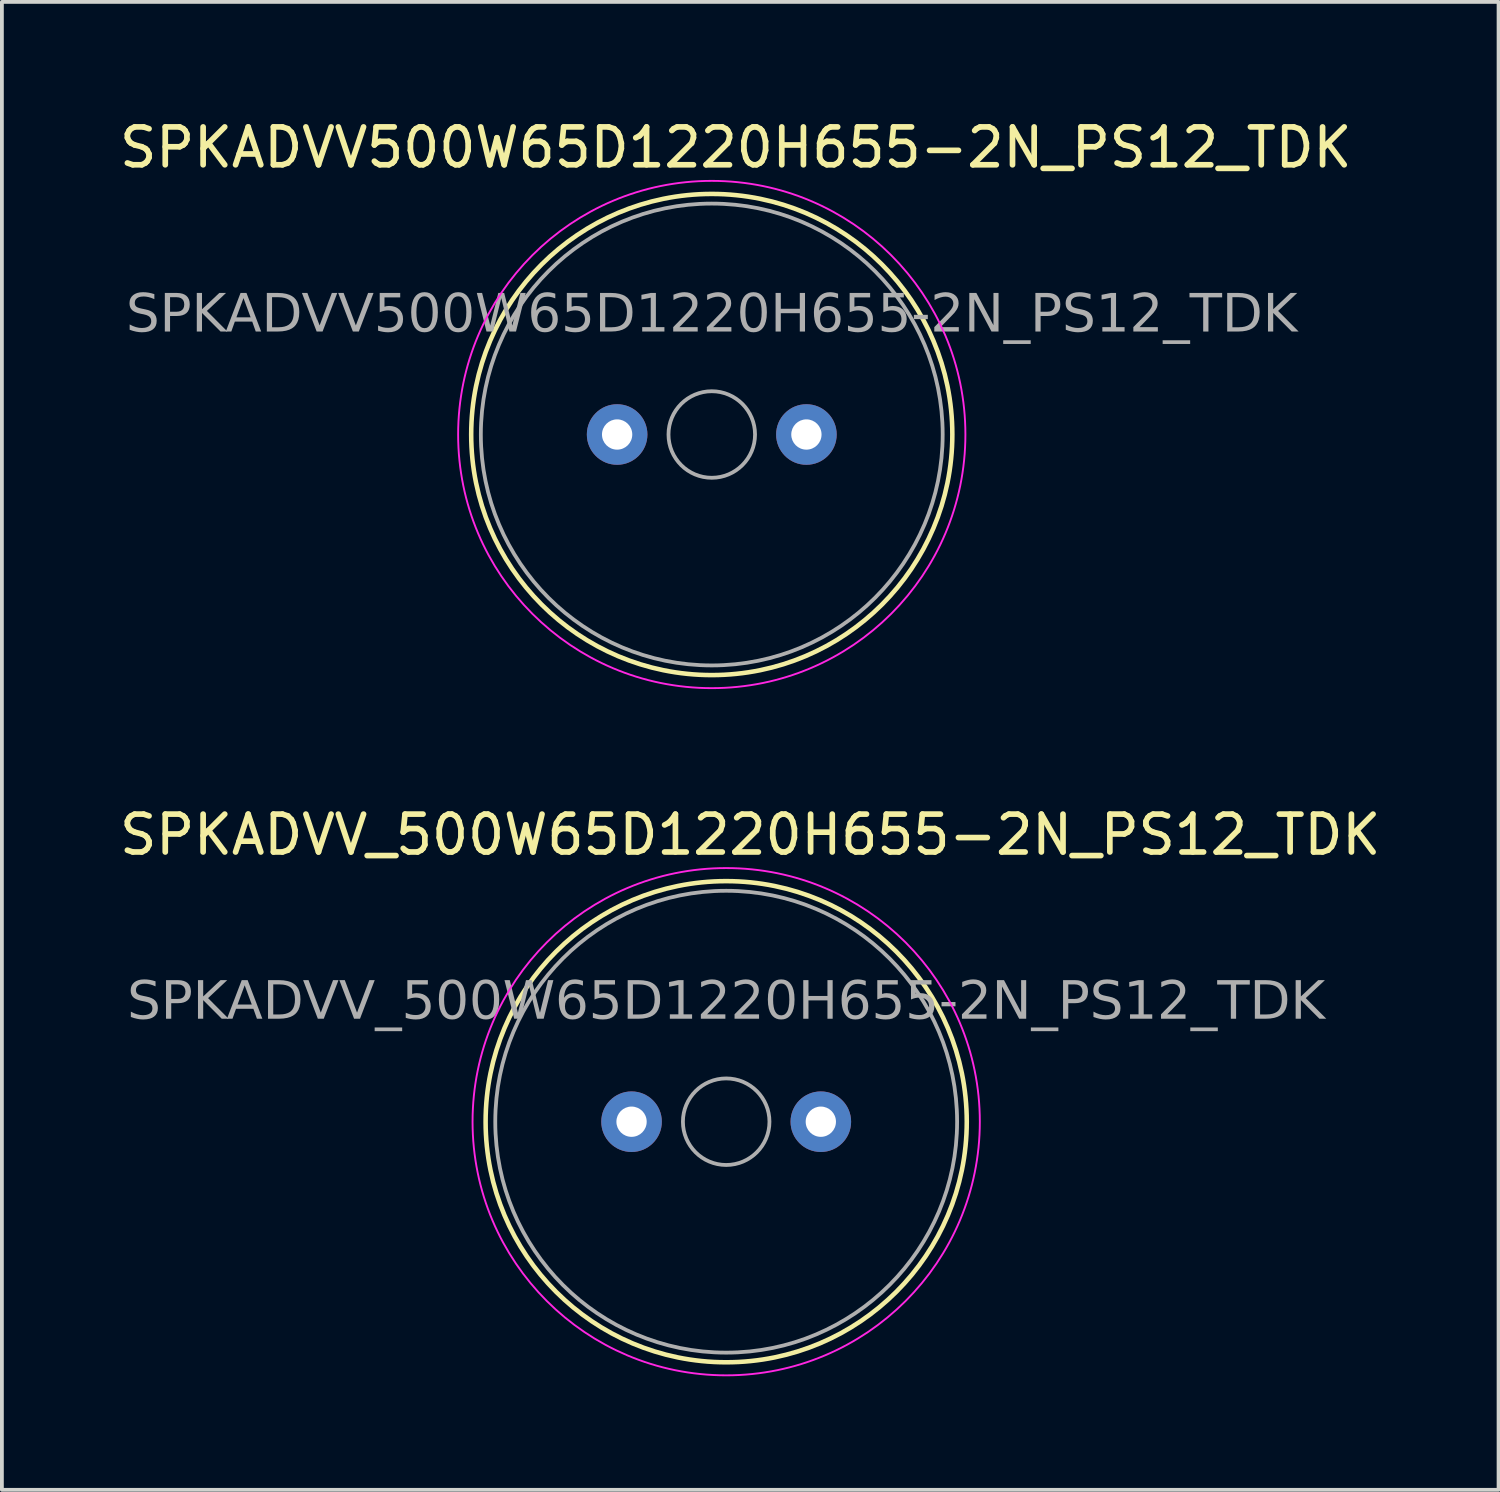
<source format=kicad_pcb>
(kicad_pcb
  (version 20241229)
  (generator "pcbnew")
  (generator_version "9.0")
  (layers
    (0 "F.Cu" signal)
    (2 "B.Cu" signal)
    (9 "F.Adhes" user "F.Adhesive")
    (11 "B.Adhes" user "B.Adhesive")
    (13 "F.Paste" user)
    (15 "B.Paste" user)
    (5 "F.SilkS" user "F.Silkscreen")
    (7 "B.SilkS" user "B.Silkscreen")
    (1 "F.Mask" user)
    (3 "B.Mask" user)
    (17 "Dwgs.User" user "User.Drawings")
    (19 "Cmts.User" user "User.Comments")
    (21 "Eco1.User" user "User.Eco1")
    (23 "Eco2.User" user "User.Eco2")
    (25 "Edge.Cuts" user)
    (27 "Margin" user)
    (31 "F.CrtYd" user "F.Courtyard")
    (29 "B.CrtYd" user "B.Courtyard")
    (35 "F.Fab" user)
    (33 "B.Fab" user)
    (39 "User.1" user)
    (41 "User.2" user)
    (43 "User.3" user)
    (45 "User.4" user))
  (footprint "SPKADVV500W65D1220H655-2N_PS12_TDK"
    (layer "F.Cu")
    (at 15.752 8.428)
    (property "Reference" "SPKADVV500W65D1220H655-2N_PS12_TDK" (at 0.635 -7.58 0) (layer "F.SilkS") (effects (font (size 1 1) (thickness 0.15))))
    (attr through_hole)
    (fp_circle (center 0 0) (end 6.355 0) (stroke (width 0.12) (type solid)) (fill no) (layer "F.SilkS"))
    (fp_circle (center 0 0) (end 6.7 0) (stroke (width 0.05) (type solid)) (fill no) (layer "F.CrtYd"))
    (fp_circle (center 0 0) (end 1.143 0) (stroke (width 0.1) (type solid)) (fill no) (layer "F.Fab"))
    (fp_circle (center 0 0) (end 6.1 0) (stroke (width 0.1) (type solid)) (fill no) (layer "F.Fab"))
    (fp_text user "${REFERENCE}" (at 0 -3.135 0) (layer "F.Fab") (effects (font (face "Tahoma") (size 1 1) (thickness 0.15))))
    (pad "1" thru_hole circle (at -2.5 0) (size 1.6 1.6) (drill 0.8) (layers "*.Cu" "*.Mask"))
    (pad "2" thru_hole circle (at 2.5 0) (size 1.6 1.6) (drill 0.8) (layers "*.Cu" "*.Mask")))
  (footprint "SPKADVV_500W65D1220H655-2N_PS12_TDK"
    (layer "F.Cu")
    (at 16.133 26.581)
    (property "Reference" "SPKADVV_500W65D1220H655-2N_PS12_TDK" (at 0.635 -7.58 0) (layer "F.SilkS") (effects (font (size 1 1) (thickness 0.15))))
    (attr through_hole)
    (fp_circle (center 0 0) (end 6.355 0) (stroke (width 0.12) (type solid)) (fill no) (layer "F.SilkS"))
    (fp_circle (center 0 0) (end 6.7 0) (stroke (width 0.05) (type solid)) (fill no) (layer "F.CrtYd"))
    (fp_circle (center 0 0) (end 1.143 0) (stroke (width 0.1) (type solid)) (fill no) (layer "F.Fab"))
    (fp_circle (center 0 0) (end 6.1 0) (stroke (width 0.1) (type solid)) (fill no) (layer "F.Fab"))
    (fp_text user "${REFERENCE}" (at 0 -3.135 0) (layer "F.Fab") (effects (font (face "Tahoma") (size 1 1) (thickness 0.15))))
    (pad "1" thru_hole circle (at -2.5 0) (size 1.6 1.6) (drill 0.8) (layers "*.Cu" "*.Mask"))
    (pad "2" thru_hole circle (at 2.5 0) (size 1.6 1.6) (drill 0.8) (layers "*.Cu" "*.Mask")))
  (gr_rect
    (start -3 -3)
    (end 36.536 36.306)
    (stroke (width 0.1) (type default))
    (fill no)
    (layer "Edge.Cuts")))
</source>
